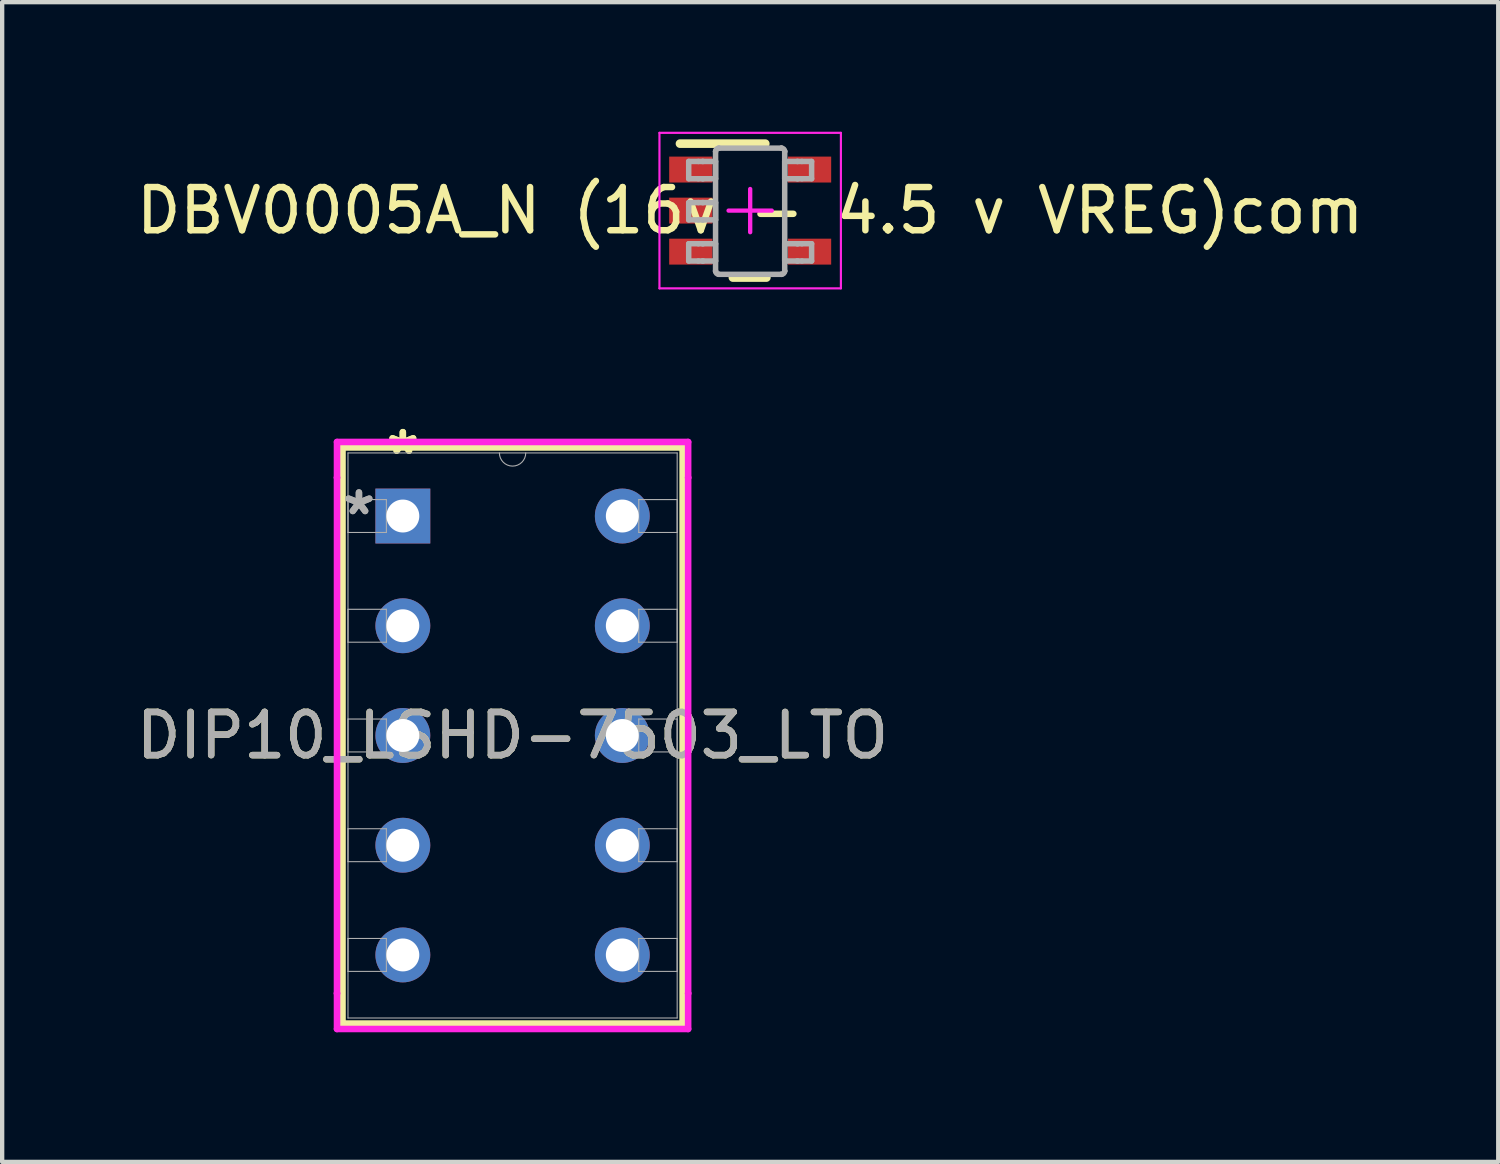
<source format=kicad_pcb>
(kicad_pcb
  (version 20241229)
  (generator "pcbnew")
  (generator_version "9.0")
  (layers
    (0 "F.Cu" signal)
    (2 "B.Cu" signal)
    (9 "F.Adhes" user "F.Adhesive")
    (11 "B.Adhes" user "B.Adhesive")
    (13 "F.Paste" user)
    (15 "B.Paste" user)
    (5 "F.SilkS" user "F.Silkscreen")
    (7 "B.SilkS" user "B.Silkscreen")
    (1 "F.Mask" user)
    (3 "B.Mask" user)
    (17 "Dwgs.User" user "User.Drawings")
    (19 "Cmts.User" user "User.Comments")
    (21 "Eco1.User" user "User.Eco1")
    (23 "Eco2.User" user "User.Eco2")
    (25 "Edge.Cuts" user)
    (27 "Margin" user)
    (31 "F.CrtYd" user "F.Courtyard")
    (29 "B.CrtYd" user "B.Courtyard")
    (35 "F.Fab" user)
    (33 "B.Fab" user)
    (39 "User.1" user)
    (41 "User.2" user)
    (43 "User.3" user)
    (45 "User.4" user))
  (footprint "DBV0005A_N (16v - 4.5 v VREG)com"
    (layer "F.Cu")
    (at 14.315 1.825)
    (property "Reference" "DBV0005A_N (16v - 4.5 v VREG)com" (at 0 0 0) (unlocked yes) (layer "F.SilkS") (effects (font (size 1 1) (thickness 0.15))))
    (attr smd)
    (fp_line (start -1.625 -1.55) (end 0.35 -1.55) (stroke (width 0.2) (type solid)) (layer "F.SilkS"))
    (fp_line (start -0.4 1.55) (end 0.375 1.55) (stroke (width 0.2) (type solid)) (layer "F.SilkS"))
    (fp_line (start -2.1 -1.8) (end 2.1 -1.8) (stroke (width 0.05) (type solid)) (layer "F.CrtYd"))
    (fp_line (start -2.1 1.8) (end -2.1 -1.8) (stroke (width 0.05) (type solid)) (layer "F.CrtYd"))
    (fp_line (start -2.1 1.8) (end 2.1 1.8) (stroke (width 0.05) (type solid)) (layer "F.CrtYd"))
    (fp_line (start -0.5 0) (end 0.5 0) (stroke (width 0.1) (type solid)) (layer "F.CrtYd"))
    (fp_line (start 0 0.5) (end 0 -0.5) (stroke (width 0.1) (type solid)) (layer "F.CrtYd"))
    (fp_line (start 2.1 1.8) (end 2.1 -1.8) (stroke (width 0.05) (type solid)) (layer "F.CrtYd"))
    (fp_line (start -1.423 -1.138) (end -1.199 -1.138) (stroke (width 0.127) (type solid)) (layer "F.Fab"))
    (fp_line (start -1.423 -0.738) (end -1.423 -1.138) (stroke (width 0.127) (type solid)) (layer "F.Fab"))
    (fp_line (start -1.423 -0.738) (end -1.199 -0.738) (stroke (width 0.127) (type solid)) (layer "F.Fab"))
    (fp_line (start -1.423 -0.186) (end -1.199 -0.186) (stroke (width 0.127) (type solid)) (layer "F.Fab"))
    (fp_line (start -1.423 0.215) (end -1.423 -0.186) (stroke (width 0.127) (type solid)) (layer "F.Fab"))
    (fp_line (start -1.423 0.215) (end -1.199 0.215) (stroke (width 0.127) (type solid)) (layer "F.Fab"))
    (fp_line (start -1.423 0.767) (end -1.199 0.767) (stroke (width 0.127) (type solid)) (layer "F.Fab"))
    (fp_line (start -1.423 1.167) (end -1.423 0.767) (stroke (width 0.127) (type solid)) (layer "F.Fab"))
    (fp_line (start -1.423 1.167) (end -1.199 1.167) (stroke (width 0.127) (type solid)) (layer "F.Fab"))
    (fp_line (start -1.199 -1.138) (end -1.105 -1.138) (stroke (width 0.127) (type solid)) (layer "F.Fab"))
    (fp_line (start -1.199 -0.738) (end -1.105 -0.738) (stroke (width 0.127) (type solid)) (layer "F.Fab"))
    (fp_line (start -1.199 -0.186) (end -1.105 -0.186) (stroke (width 0.127) (type solid)) (layer "F.Fab"))
    (fp_line (start -1.199 0.215) (end -1.105 0.215) (stroke (width 0.127) (type solid)) (layer "F.Fab"))
    (fp_line (start -1.199 0.767) (end -1.105 0.767) (stroke (width 0.127) (type solid)) (layer "F.Fab"))
    (fp_line (start -1.199 1.167) (end -1.105 1.167) (stroke (width 0.127) (type solid)) (layer "F.Fab"))
    (fp_line (start -1.105 -1.138) (end -1.088 -1.138) (stroke (width 0.127) (type solid)) (layer "F.Fab"))
    (fp_line (start -1.105 -0.738) (end -1.088 -0.738) (stroke (width 0.127) (type solid)) (layer "F.Fab"))
    (fp_line (start -1.105 -0.186) (end -1.088 -0.186) (stroke (width 0.127) (type solid)) (layer "F.Fab"))
    (fp_line (start -1.105 0.215) (end -1.088 0.215) (stroke (width 0.127) (type solid)) (layer "F.Fab"))
    (fp_line (start -1.105 0.767) (end -1.088 0.767) (stroke (width 0.127) (type solid)) (layer "F.Fab"))
    (fp_line (start -1.105 1.167) (end -1.088 1.167) (stroke (width 0.127) (type solid)) (layer "F.Fab"))
    (fp_line (start -1.088 -1.138) (end -0.835 -1.138) (stroke (width 0.127) (type solid)) (layer "F.Fab"))
    (fp_line (start -1.088 -0.738) (end -0.835 -0.738) (stroke (width 0.127) (type solid)) (layer "F.Fab"))
    (fp_line (start -1.088 -0.186) (end -0.835 -0.186) (stroke (width 0.127) (type solid)) (layer "F.Fab"))
    (fp_line (start -1.088 0.215) (end -0.835 0.215) (stroke (width 0.127) (type solid)) (layer "F.Fab"))
    (fp_line (start -1.088 0.767) (end -0.835 0.767) (stroke (width 0.127) (type solid)) (layer "F.Fab"))
    (fp_line (start -1.088 1.167) (end -0.835 1.167) (stroke (width 0.127) (type solid)) (layer "F.Fab"))
    (fp_line (start -0.835 -1.138) (end -0.801 -1.138) (stroke (width 0.127) (type solid)) (layer "F.Fab"))
    (fp_line (start -0.835 -0.738) (end -0.801 -0.738) (stroke (width 0.127) (type solid)) (layer "F.Fab"))
    (fp_line (start -0.835 -0.186) (end -0.801 -0.186) (stroke (width 0.127) (type solid)) (layer "F.Fab"))
    (fp_line (start -0.835 0.215) (end -0.801 0.215) (stroke (width 0.127) (type solid)) (layer "F.Fab"))
    (fp_line (start -0.835 0.767) (end -0.801 0.767) (stroke (width 0.127) (type solid)) (layer "F.Fab"))
    (fp_line (start -0.835 1.167) (end -0.801 1.167) (stroke (width 0.127) (type solid)) (layer "F.Fab"))
    (fp_line (start -0.801 -1.37) (end -0.801 -1.371) (stroke (width 0.127) (type solid)) (layer "F.Fab"))
    (fp_line (start -0.801 -0.738) (end -0.801 -1.138) (stroke (width 0.127) (type solid)) (layer "F.Fab"))
    (fp_line (start -0.801 0.215) (end -0.801 -0.186) (stroke (width 0.127) (type solid)) (layer "F.Fab"))
    (fp_line (start -0.801 1.167) (end -0.801 0.767) (stroke (width 0.127) (type solid)) (layer "F.Fab"))
    (fp_line (start -0.801 1.399) (end -0.801 -1.37) (stroke (width 0.127) (type solid)) (layer "F.Fab"))
    (fp_line (start -0.801 1.4) (end -0.801 1.399) (stroke (width 0.127) (type solid)) (layer "F.Fab"))
    (fp_line (start -0.725 -1.446) (end -0.725 -1.446) (stroke (width 0.127) (type solid)) (layer "F.Fab"))
    (fp_line (start -0.725 1.475) (end -0.725 1.475) (stroke (width 0.127) (type solid)) (layer "F.Fab"))
    (fp_line (start -0.725 -1.446) (end 0.723 -1.446) (stroke (width 0.127) (type solid)) (layer "F.Fab"))
    (fp_line (start -0.725 1.475) (end 0.723 1.475) (stroke (width 0.127) (type solid)) (layer "F.Fab"))
    (fp_line (start 0.723 -1.446) (end 0.724 -1.446) (stroke (width 0.127) (type solid)) (layer "F.Fab"))
    (fp_line (start 0.723 1.475) (end 0.724 1.475) (stroke (width 0.127) (type solid)) (layer "F.Fab"))
    (fp_line (start 0.799 -1.37) (end 0.799 -1.371) (stroke (width 0.127) (type solid)) (layer "F.Fab"))
    (fp_line (start 0.799 -1.138) (end 0.834 -1.138) (stroke (width 0.127) (type solid)) (layer "F.Fab"))
    (fp_line (start 0.799 -0.738) (end 0.799 -1.138) (stroke (width 0.127) (type solid)) (layer "F.Fab"))
    (fp_line (start 0.799 -0.738) (end 0.834 -0.738) (stroke (width 0.127) (type solid)) (layer "F.Fab"))
    (fp_line (start 0.799 0.767) (end 0.834 0.767) (stroke (width 0.127) (type solid)) (layer "F.Fab"))
    (fp_line (start 0.799 1.167) (end 0.799 0.767) (stroke (width 0.127) (type solid)) (layer "F.Fab"))
    (fp_line (start 0.799 1.167) (end 0.834 1.167) (stroke (width 0.127) (type solid)) (layer "F.Fab"))
    (fp_line (start 0.799 1.399) (end 0.799 -1.37) (stroke (width 0.127) (type solid)) (layer "F.Fab"))
    (fp_line (start 0.799 1.4) (end 0.799 1.399) (stroke (width 0.127) (type solid)) (layer "F.Fab"))
    (fp_line (start 0.834 -1.138) (end 1.087 -1.138) (stroke (width 0.127) (type solid)) (layer "F.Fab"))
    (fp_line (start 0.834 -0.738) (end 1.087 -0.738) (stroke (width 0.127) (type solid)) (layer "F.Fab"))
    (fp_line (start 0.834 0.767) (end 1.087 0.767) (stroke (width 0.127) (type solid)) (layer "F.Fab"))
    (fp_line (start 0.834 1.167) (end 1.087 1.167) (stroke (width 0.127) (type solid)) (layer "F.Fab"))
    (fp_line (start 1.087 -1.138) (end 1.103 -1.138) (stroke (width 0.127) (type solid)) (layer "F.Fab"))
    (fp_line (start 1.087 -0.738) (end 1.103 -0.738) (stroke (width 0.127) (type solid)) (layer "F.Fab"))
    (fp_line (start 1.087 0.767) (end 1.103 0.767) (stroke (width 0.127) (type solid)) (layer "F.Fab"))
    (fp_line (start 1.087 1.167) (end 1.103 1.167) (stroke (width 0.127) (type solid)) (layer "F.Fab"))
    (fp_line (start 1.103 -1.138) (end 1.198 -1.138) (stroke (width 0.127) (type solid)) (layer "F.Fab"))
    (fp_line (start 1.103 -0.738) (end 1.198 -0.738) (stroke (width 0.127) (type solid)) (layer "F.Fab"))
    (fp_line (start 1.103 0.767) (end 1.198 0.767) (stroke (width 0.127) (type solid)) (layer "F.Fab"))
    (fp_line (start 1.103 1.167) (end 1.198 1.167) (stroke (width 0.127) (type solid)) (layer "F.Fab"))
    (fp_line (start 1.198 -1.138) (end 1.422 -1.138) (stroke (width 0.127) (type solid)) (layer "F.Fab"))
    (fp_line (start 1.198 -0.738) (end 1.422 -0.738) (stroke (width 0.127) (type solid)) (layer "F.Fab"))
    (fp_line (start 1.198 0.767) (end 1.422 0.767) (stroke (width 0.127) (type solid)) (layer "F.Fab"))
    (fp_line (start 1.198 1.167) (end 1.422 1.167) (stroke (width 0.127) (type solid)) (layer "F.Fab"))
    (fp_line (start 1.422 -0.738) (end 1.422 -1.138) (stroke (width 0.127) (type solid)) (layer "F.Fab"))
    (fp_line (start 1.422 1.167) (end 1.422 0.767) (stroke (width 0.127) (type solid)) (layer "F.Fab"))
    (fp_arc (start -0.80074 -1.37084) (mid -0.778218 -1.423887) (end -0.724999 -1.445998) (stroke (width 0.127) (type solid)) (layer "F.Fab"))
    (fp_arc (start -0.724999 1.475) (mid -0.778213 1.452901) (end -0.80074 1.399867) (stroke (width 0.127) (type solid)) (layer "F.Fab"))
    (fp_arc (start 0.723714 -1.445998) (mid 0.776933 -1.423887) (end 0.799455 -1.37084) (stroke (width 0.127) (type solid)) (layer "F.Fab"))
    (fp_arc (start 0.799455 1.399868) (mid 0.776927 1.452901) (end 0.723713 1.475) (stroke (width 0.127) (type solid)) (layer "F.Fab"))
    (pad "1" smd rect (at -1.375 -0.95 90) (size 0.6 1) (layers "F.Cu" "F.Mask" "F.Paste"))
    (pad "2" smd rect (at -1.375 0 90) (size 0.6 1) (layers "F.Cu" "F.Mask" "F.Paste"))
    (pad "3" smd rect (at -1.375 0.95 90) (size 0.6 1) (layers "F.Cu" "F.Mask" "F.Paste"))
    (pad "4" smd rect (at 1.375 0.95 90) (size 0.6 1) (layers "F.Cu" "F.Mask" "F.Paste"))
    (pad "5" smd rect (at 1.375 -0.95 90) (size 0.6 1) (layers "F.Cu" "F.Mask" "F.Paste")))
  (footprint "DIP10_LSHD-7503_LTO"
    (layer "F.Cu")
    (at 6.275 8.895)
    (property "Reference" "DIP10_LSHD-7503_LTO" (at 2.54 5.08 0) (unlocked yes) (layer "F.SilkS") (effects (font (size 1 1) (thickness 0.15))))
    (attr through_hole)
    (fp_line (start -1.397 -1.587) (end -1.397 11.748) (stroke (width 0.152) (type solid)) (layer "F.SilkS"))
    (fp_line (start -1.397 11.748) (end 6.477 11.748) (stroke (width 0.152) (type solid)) (layer "F.SilkS"))
    (fp_line (start 6.477 -1.587) (end -1.397 -1.587) (stroke (width 0.152) (type solid)) (layer "F.SilkS"))
    (fp_line (start 6.477 11.748) (end 6.477 -1.587) (stroke (width 0.152) (type solid)) (layer "F.SilkS"))
    (fp_line (start -1.524 -1.714) (end 6.604 -1.714) (stroke (width 0.152) (type solid)) (layer "F.CrtYd"))
    (fp_line (start -1.524 -0.889) (end -1.524 -1.714) (stroke (width 0.152) (type solid)) (layer "F.CrtYd"))
    (fp_line (start -1.524 -0.889) (end -1.524 -0.889) (stroke (width 0.152) (type solid)) (layer "F.CrtYd"))
    (fp_line (start -1.524 11.049) (end -1.524 -0.889) (stroke (width 0.152) (type solid)) (layer "F.CrtYd"))
    (fp_line (start -1.524 11.049) (end -1.524 11.049) (stroke (width 0.152) (type solid)) (layer "F.CrtYd"))
    (fp_line (start -1.524 11.874) (end -1.524 11.049) (stroke (width 0.152) (type solid)) (layer "F.CrtYd"))
    (fp_line (start 6.604 -1.714) (end 6.604 -0.889) (stroke (width 0.152) (type solid)) (layer "F.CrtYd"))
    (fp_line (start 6.604 -0.889) (end 6.604 -0.889) (stroke (width 0.152) (type solid)) (layer "F.CrtYd"))
    (fp_line (start 6.604 -0.889) (end 6.604 11.049) (stroke (width 0.152) (type solid)) (layer "F.CrtYd"))
    (fp_line (start 6.604 11.049) (end 6.604 11.049) (stroke (width 0.152) (type solid)) (layer "F.CrtYd"))
    (fp_line (start 6.604 11.049) (end 6.604 11.874) (stroke (width 0.152) (type solid)) (layer "F.CrtYd"))
    (fp_line (start 6.604 11.874) (end -1.524 11.874) (stroke (width 0.152) (type solid)) (layer "F.CrtYd"))
    (fp_line (start -1.27 -1.46) (end -1.27 11.62) (stroke (width 0.025) (type solid)) (layer "F.Fab"))
    (fp_line (start -1.27 -0.381) (end -0.381 -0.381) (stroke (width 0.025) (type solid)) (layer "F.Fab"))
    (fp_line (start -1.27 0.381) (end -1.27 -0.381) (stroke (width 0.025) (type solid)) (layer "F.Fab"))
    (fp_line (start -1.27 2.159) (end -0.381 2.159) (stroke (width 0.025) (type solid)) (layer "F.Fab"))
    (fp_line (start -1.27 2.921) (end -1.27 2.159) (stroke (width 0.025) (type solid)) (layer "F.Fab"))
    (fp_line (start -1.27 4.699) (end -0.381 4.699) (stroke (width 0.025) (type solid)) (layer "F.Fab"))
    (fp_line (start -1.27 5.461) (end -1.27 4.699) (stroke (width 0.025) (type solid)) (layer "F.Fab"))
    (fp_line (start -1.27 7.239) (end -0.381 7.239) (stroke (width 0.025) (type solid)) (layer "F.Fab"))
    (fp_line (start -1.27 8.001) (end -1.27 7.239) (stroke (width 0.025) (type solid)) (layer "F.Fab"))
    (fp_line (start -1.27 9.779) (end -0.381 9.779) (stroke (width 0.025) (type solid)) (layer "F.Fab"))
    (fp_line (start -1.27 10.541) (end -1.27 9.779) (stroke (width 0.025) (type solid)) (layer "F.Fab"))
    (fp_line (start -1.27 11.62) (end 6.35 11.62) (stroke (width 0.025) (type solid)) (layer "F.Fab"))
    (fp_line (start -0.381 -0.381) (end -0.381 0.381) (stroke (width 0.025) (type solid)) (layer "F.Fab"))
    (fp_line (start -0.381 0.381) (end -1.27 0.381) (stroke (width 0.025) (type solid)) (layer "F.Fab"))
    (fp_line (start -0.381 2.159) (end -0.381 2.921) (stroke (width 0.025) (type solid)) (layer "F.Fab"))
    (fp_line (start -0.381 2.921) (end -1.27 2.921) (stroke (width 0.025) (type solid)) (layer "F.Fab"))
    (fp_line (start -0.381 4.699) (end -0.381 5.461) (stroke (width 0.025) (type solid)) (layer "F.Fab"))
    (fp_line (start -0.381 5.461) (end -1.27 5.461) (stroke (width 0.025) (type solid)) (layer "F.Fab"))
    (fp_line (start -0.381 7.239) (end -0.381 8.001) (stroke (width 0.025) (type solid)) (layer "F.Fab"))
    (fp_line (start -0.381 8.001) (end -1.27 8.001) (stroke (width 0.025) (type solid)) (layer "F.Fab"))
    (fp_line (start -0.381 9.779) (end -0.381 10.541) (stroke (width 0.025) (type solid)) (layer "F.Fab"))
    (fp_line (start -0.381 10.541) (end -1.27 10.541) (stroke (width 0.025) (type solid)) (layer "F.Fab"))
    (fp_line (start 5.461 -0.381) (end 6.35 -0.381) (stroke (width 0.025) (type solid)) (layer "F.Fab"))
    (fp_line (start 5.461 0.381) (end 5.461 -0.381) (stroke (width 0.025) (type solid)) (layer "F.Fab"))
    (fp_line (start 5.461 2.159) (end 6.35 2.159) (stroke (width 0.025) (type solid)) (layer "F.Fab"))
    (fp_line (start 5.461 2.921) (end 5.461 2.159) (stroke (width 0.025) (type solid)) (layer "F.Fab"))
    (fp_line (start 5.461 4.699) (end 6.35 4.699) (stroke (width 0.025) (type solid)) (layer "F.Fab"))
    (fp_line (start 5.461 5.461) (end 5.461 4.699) (stroke (width 0.025) (type solid)) (layer "F.Fab"))
    (fp_line (start 5.461 7.239) (end 6.35 7.239) (stroke (width 0.025) (type solid)) (layer "F.Fab"))
    (fp_line (start 5.461 8.001) (end 5.461 7.239) (stroke (width 0.025) (type solid)) (layer "F.Fab"))
    (fp_line (start 5.461 9.779) (end 6.35 9.779) (stroke (width 0.025) (type solid)) (layer "F.Fab"))
    (fp_line (start 5.461 10.541) (end 5.461 9.779) (stroke (width 0.025) (type solid)) (layer "F.Fab"))
    (fp_line (start 6.35 -1.46) (end -1.27 -1.46) (stroke (width 0.025) (type solid)) (layer "F.Fab"))
    (fp_line (start 6.35 -0.381) (end 6.35 0.381) (stroke (width 0.025) (type solid)) (layer "F.Fab"))
    (fp_line (start 6.35 0.381) (end 5.461 0.381) (stroke (width 0.025) (type solid)) (layer "F.Fab"))
    (fp_line (start 6.35 2.159) (end 6.35 2.921) (stroke (width 0.025) (type solid)) (layer "F.Fab"))
    (fp_line (start 6.35 2.921) (end 5.461 2.921) (stroke (width 0.025) (type solid)) (layer "F.Fab"))
    (fp_line (start 6.35 4.699) (end 6.35 5.461) (stroke (width 0.025) (type solid)) (layer "F.Fab"))
    (fp_line (start 6.35 5.461) (end 5.461 5.461) (stroke (width 0.025) (type solid)) (layer "F.Fab"))
    (fp_line (start 6.35 7.239) (end 6.35 8.001) (stroke (width 0.025) (type solid)) (layer "F.Fab"))
    (fp_line (start 6.35 8.001) (end 5.461 8.001) (stroke (width 0.025) (type solid)) (layer "F.Fab"))
    (fp_line (start 6.35 9.779) (end 6.35 10.541) (stroke (width 0.025) (type solid)) (layer "F.Fab"))
    (fp_line (start 6.35 10.541) (end 5.461 10.541) (stroke (width 0.025) (type solid)) (layer "F.Fab"))
    (fp_line (start 6.35 11.62) (end 6.35 -1.46) (stroke (width 0.025) (type solid)) (layer "F.Fab"))
    (fp_arc (start 2.8448 -1.4605) (mid 2.54 -1.1557) (end 2.2352 -1.4605) (stroke (width 0.0254) (type solid)) (layer "F.Fab"))
    (fp_text user "*" (at 0 -1.397 0) (layer "F.SilkS") (effects (font (size 1 1) (thickness 0.15))))
    (fp_text user "*" (at 0 -1.397 0) (unlocked yes) (layer "F.SilkS") (effects (font (size 1 1) (thickness 0.15))))
    (fp_text user "${REFERENCE}" (at 2.54 5.08 0) (unlocked yes) (layer "F.Fab") (effects (font (size 1 1) (thickness 0.15))))
    (fp_text user "*" (at -1.016 0 0) (layer "F.Fab") (effects (font (size 1 1) (thickness 0.15))))
    (fp_text user "*" (at -1.016 0 0) (unlocked yes) (layer "F.Fab") (effects (font (size 1 1) (thickness 0.15))))
    (pad "1" thru_hole rect (at 0 0) (size 1.27 1.27) (drill 0.762) (layers "*.Cu" "*.Mask"))
    (pad "2" thru_hole circle (at 0 2.54) (size 1.27 1.27) (drill 0.762) (layers "*.Cu" "*.Mask"))
    (pad "3" thru_hole circle (at 0 5.08) (size 1.27 1.27) (drill 0.762) (layers "*.Cu" "*.Mask"))
    (pad "4" thru_hole circle (at 0 7.62) (size 1.27 1.27) (drill 0.762) (layers "*.Cu" "*.Mask"))
    (pad "5" thru_hole circle (at 0 10.16) (size 1.27 1.27) (drill 0.762) (layers "*.Cu" "*.Mask"))
    (pad "6" thru_hole circle (at 5.08 10.16) (size 1.27 1.27) (drill 0.762) (layers "*.Cu" "*.Mask"))
    (pad "7" thru_hole circle (at 5.08 7.62) (size 1.27 1.27) (drill 0.762) (layers "*.Cu" "*.Mask"))
    (pad "8" thru_hole circle (at 5.08 5.08) (size 1.27 1.27) (drill 0.762) (layers "*.Cu" "*.Mask"))
    (pad "9" thru_hole circle (at 5.08 2.54) (size 1.27 1.27) (drill 0.762) (layers "*.Cu" "*.Mask"))
    (pad "10" thru_hole circle (at 5.08 0) (size 1.27 1.27) (drill 0.762) (layers "*.Cu" "*.Mask")))
  (gr_rect
    (start -3 -3)
    (end 31.631 23.846)
    (stroke (width 0.1) (type default))
    (fill no)
    (layer "Edge.Cuts")))
</source>
